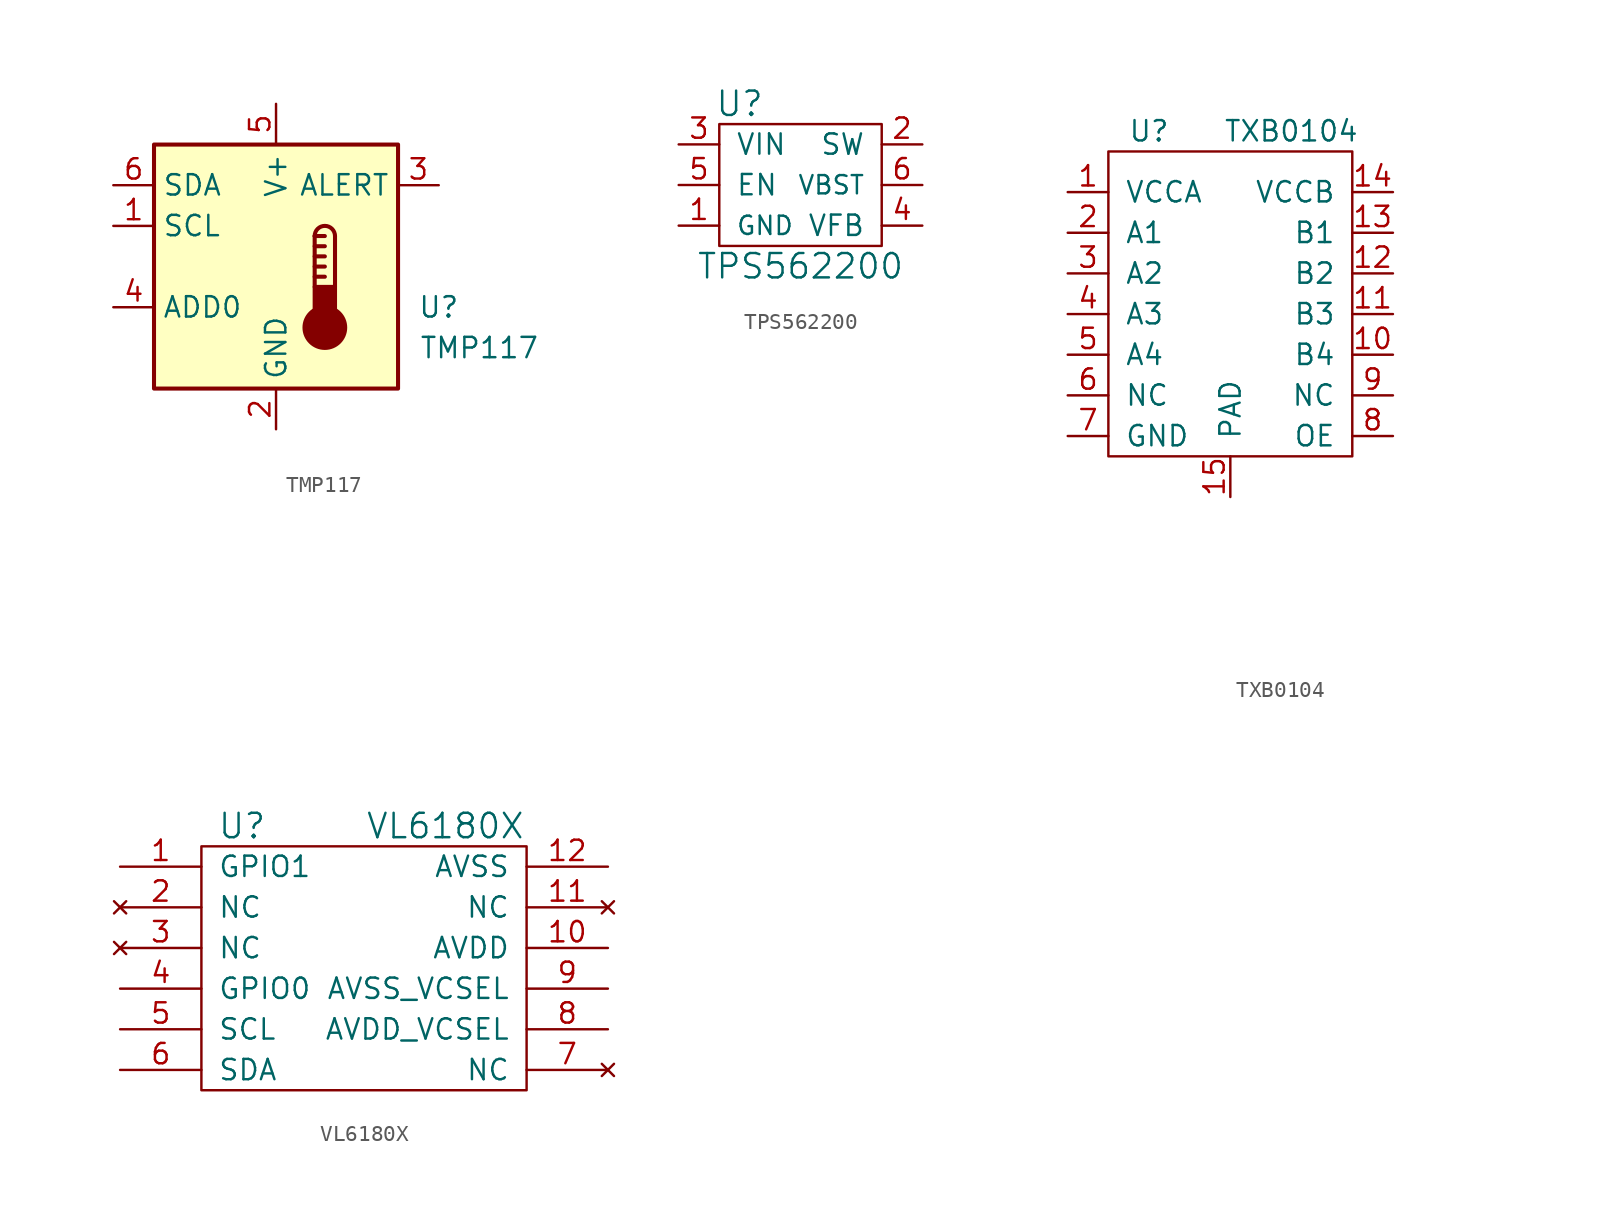
<source format=kicad_sym>
(kicad_symbol_lib
  (version 20220914)
  (generator kicad_symbol_editor)
  (symbol "TMP117"
    (property "Reference" "U"
      (at 10.16 -2.54 0)
      (effects (font (size 1.27 1.27))))
    (property "Value" "TMP117"
      (at 12.7 -5.08 0)
      (effects (font (size 1.27 1.27))))
    (symbol "TMP117_0_1"
      (rectangle (start -7.62 7.62) (end 7.62 -7.62) (stroke (width 0.254) (type default)) (fill (type background))))
    (symbol "TMP117_1_1"
      (polyline (pts (xy 2.413 -0.635) (xy 3.048 -0.635)) (stroke (width 0.254) (type default)) (fill (type none)))
      (polyline (pts (xy 2.413 0) (xy 3.048 0)) (stroke (width 0.254) (type default)) (fill (type none)))
      (polyline (pts (xy 2.413 0.635) (xy 3.048 0.635)) (stroke (width 0.254) (type default)) (fill (type none)))
      (polyline (pts (xy 2.413 1.27) (xy 3.048 1.27)) (stroke (width 0.254) (type default)) (fill (type none)))
      (polyline (pts (xy 2.413 1.905) (xy 2.413 -1.27)) (stroke (width 0.254) (type default)) (fill (type none)))
      (polyline (pts (xy 2.413 1.905) (xy 3.048 1.905)) (stroke (width 0.254) (type default)) (fill (type none)))
      (polyline (pts (xy 3.683 1.905) (xy 3.683 -1.27)) (stroke (width 0.254) (type default)) (fill (type none)))
      (circle (center 3.048 -3.81) (radius 1.27) (stroke (width 0.254) (type default)) (fill (type outline)))
      (rectangle (start 3.683 -3.175) (end 2.413 -1.27) (stroke (width 0.254) (type default)) (fill (type outline)))
      (arc (start 3.683 1.905) (mid 3.048 2.5373) (end 2.413 1.905) (stroke (width 0.254) (type default)) (fill (type none)))
      (pin input line (at -10.16 2.54 0) (length 2.54) (name "SCL" (effects (font (size 1.27 1.27)))) (number "1" (effects (font (size 1.27 1.27)))))
      (pin power_in line (at 0 -10.16 90) (length 2.54) (name "GND" (effects (font (size 1.27 1.27)))) (number "2" (effects (font (size 1.27 1.27)))))
      (pin open_collector line (at 10.16 5.08 180) (length 2.54) (name "ALERT" (effects (font (size 1.27 1.27)))) (number "3" (effects (font (size 1.27 1.27)))))
      (pin input line (at -10.16 -2.54 0) (length 2.54) (name "ADD0" (effects (font (size 1.27 1.27)))) (number "4" (effects (font (size 1.27 1.27)))))
      (pin power_in line (at 0 10.16 270) (length 2.54) (name "V+" (effects (font (size 1.27 1.27)))) (number "5" (effects (font (size 1.27 1.27)))))
      (pin bidirectional line (at -10.16 5.08 0) (length 2.54) (name "SDA" (effects (font (size 1.27 1.27)))) (number "6" (effects (font (size 1.27 1.27)))))))
  (symbol "TPS562200"
    (pin_names
      (offset 1.016))
    (property "Reference" "U"
      (at -3.81 5.08 0)
      (effects (font (size 1.524 1.524))))
    (property "Value" "TPS562200"
      (at 0 -5.08 0)
      (effects (font (size 1.524 1.524))))
    (property "Footprint" ""
      (at 0 0 0)
      (effects (font (size 1.524 1.524))))
    (property "Datasheet" ""
      (at 0 0 0)
      (effects (font (size 1.524 1.524))))
    (symbol "TPS562200_0_1"
      (rectangle (start -5.08 3.81) (end 5.08 -3.81) (stroke (width 0) (type default)) (fill (type none))))
    (symbol "TPS562200_1_1"
      (pin input line (at -7.62 -2.54 0) (length 2.54) (name "GND" (effects (font (size 1.143 1.143)))) (number "1" (effects (font (size 1.27 1.27)))))
      (pin input line (at 7.62 2.54 180) (length 2.54) (name "SW" (effects (font (size 1.27 1.27)))) (number "2" (effects (font (size 1.27 1.27)))))
      (pin input line (at -7.62 2.54 0) (length 2.54) (name "VIN" (effects (font (size 1.27 1.27)))) (number "3" (effects (font (size 1.27 1.27)))))
      (pin input line (at 7.62 -2.54 180) (length 2.54) (name "VFB" (effects (font (size 1.27 1.27)))) (number "4" (effects (font (size 1.27 1.27)))))
      (pin input line (at -7.62 0 0) (length 2.54) (name "EN" (effects (font (size 1.27 1.27)))) (number "5" (effects (font (size 1.27 1.27)))))
      (pin input line (at 7.62 0 180) (length 2.54) (name "VBST" (effects (font (size 1.143 1.143)))) (number "6" (effects (font (size 1.27 1.27)))))))
  (symbol "TXB0104"
    (pin_names
      (offset 1.016))
    (property "Reference" "U"
      (at -5.08 15.24 0)
      (effects (font (size 1.27 1.27))))
    (property "Value" "TXB0104"
      (at 3.81 15.24 0)
      (effects (font (size 1.27 1.27))))
    (property "Datasheet" ""
      (at 16.51 -15.24 0)
      (effects (font (size 1.27 1.27))))
    (symbol "TXB0104_0_1"
      (rectangle (start -7.62 13.97) (end 7.62 -5.08) (stroke (width 0) (type default)) (fill (type none))))
    (symbol "TXB0104_1_1"
      (pin power_in line (at -10.16 11.43 0) (length 2.54) (name "VCCA" (effects (font (size 1.27 1.27)))) (number "1" (effects (font (size 1.27 1.27)))))
      (pin bidirectional line (at 10.16 1.27 180) (length 2.54) (name "B4" (effects (font (size 1.27 1.27)))) (number "10" (effects (font (size 1.27 1.27)))))
      (pin bidirectional line (at 10.16 3.81 180) (length 2.54) (name "B3" (effects (font (size 1.27 1.27)))) (number "11" (effects (font (size 1.27 1.27)))))
      (pin bidirectional line (at 10.16 6.35 180) (length 2.54) (name "B2" (effects (font (size 1.27 1.27)))) (number "12" (effects (font (size 1.27 1.27)))))
      (pin bidirectional line (at 10.16 8.89 180) (length 2.54) (name "B1" (effects (font (size 1.27 1.27)))) (number "13" (effects (font (size 1.27 1.27)))))
      (pin power_in line (at 10.16 11.43 180) (length 2.54) (name "VCCB" (effects (font (size 1.27 1.27)))) (number "14" (effects (font (size 1.27 1.27)))))
      (pin power_in line (at 0 -7.62 90) (length 2.54) (name "PAD" (effects (font (size 1.27 1.27)))) (number "15" (effects (font (size 1.27 1.27)))))
      (pin bidirectional line (at -10.16 8.89 0) (length 2.54) (name "A1" (effects (font (size 1.27 1.27)))) (number "2" (effects (font (size 1.27 1.27)))))
      (pin bidirectional line (at -10.16 6.35 0) (length 2.54) (name "A2" (effects (font (size 1.27 1.27)))) (number "3" (effects (font (size 1.27 1.27)))))
      (pin bidirectional line (at -10.16 3.81 0) (length 2.54) (name "A3" (effects (font (size 1.27 1.27)))) (number "4" (effects (font (size 1.27 1.27)))))
      (pin bidirectional line (at -10.16 1.27 0) (length 2.54) (name "A4" (effects (font (size 1.27 1.27)))) (number "5" (effects (font (size 1.27 1.27)))))
      (pin bidirectional line (at -10.16 -1.27 0) (length 2.54) (name "NC" (effects (font (size 1.27 1.27)))) (number "6" (effects (font (size 1.27 1.27)))))
      (pin power_in line (at -10.16 -3.81 0) (length 2.54) (name "GND" (effects (font (size 1.27 1.27)))) (number "7" (effects (font (size 1.27 1.27)))))
      (pin bidirectional line (at 10.16 -3.81 180) (length 2.54) (name "OE" (effects (font (size 1.27 1.27)))) (number "8" (effects (font (size 1.27 1.27)))))
      (pin bidirectional line (at 10.16 -1.27 180) (length 2.54) (name "NC" (effects (font (size 1.27 1.27)))) (number "9" (effects (font (size 1.27 1.27)))))))
  (symbol "VL6180X"
    (pin_names
      (offset 1.016))
    (property "Reference" "U"
      (at -7.62 8.89 0)
      (effects (font (size 1.524 1.524))))
    (property "Value" "VL6180X"
      (at 5.08 8.89 0)
      (effects (font (size 1.524 1.524))))
    (symbol "VL6180X_0_1"
      (rectangle (start -10.16 7.62) (end 10.16 -7.62) (stroke (width 0) (type default)) (fill (type none))))
    (symbol "VL6180X_1_1"
      (pin passive line (at -15.24 6.35 0) (length 5.08) (name "GPIO1" (effects (font (size 1.27 1.27)))) (number "1" (effects (font (size 1.27 1.27)))))
      (pin passive line (at 15.24 1.27 180) (length 5.08) (name "AVDD" (effects (font (size 1.27 1.27)))) (number "10" (effects (font (size 1.27 1.27)))))
      (pin no_connect line (at 15.24 3.81 180) (length 5.08) (name "NC" (effects (font (size 1.27 1.27)))) (number "11" (effects (font (size 1.27 1.27)))))
      (pin passive line (at 15.24 6.35 180) (length 5.08) (name "AVSS" (effects (font (size 1.27 1.27)))) (number "12" (effects (font (size 1.27 1.27)))))
      (pin no_connect line (at -15.24 3.81 0) (length 5.08) (name "NC" (effects (font (size 1.27 1.27)))) (number "2" (effects (font (size 1.27 1.27)))))
      (pin no_connect line (at -15.24 1.27 0) (length 5.08) (name "NC" (effects (font (size 1.27 1.27)))) (number "3" (effects (font (size 1.27 1.27)))))
      (pin passive line (at -15.24 -1.27 0) (length 5.08) (name "GPIO0" (effects (font (size 1.27 1.27)))) (number "4" (effects (font (size 1.27 1.27)))))
      (pin passive line (at -15.24 -3.81 0) (length 5.08) (name "SCL" (effects (font (size 1.27 1.27)))) (number "5" (effects (font (size 1.27 1.27)))))
      (pin passive line (at -15.24 -6.35 0) (length 5.08) (name "SDA" (effects (font (size 1.27 1.27)))) (number "6" (effects (font (size 1.27 1.27)))))
      (pin no_connect line (at 15.24 -6.35 180) (length 5.08) (name "NC" (effects (font (size 1.27 1.27)))) (number "7" (effects (font (size 1.27 1.27)))))
      (pin passive line (at 15.24 -3.81 180) (length 5.08) (name "AVDD_VCSEL" (effects (font (size 1.27 1.27)))) (number "8" (effects (font (size 1.27 1.27)))))
      (pin passive line (at 15.24 -1.27 180) (length 5.08) (name "AVSS_VCSEL" (effects (font (size 1.27 1.27)))) (number "9" (effects (font (size 1.27 1.27))))))))
</source>
